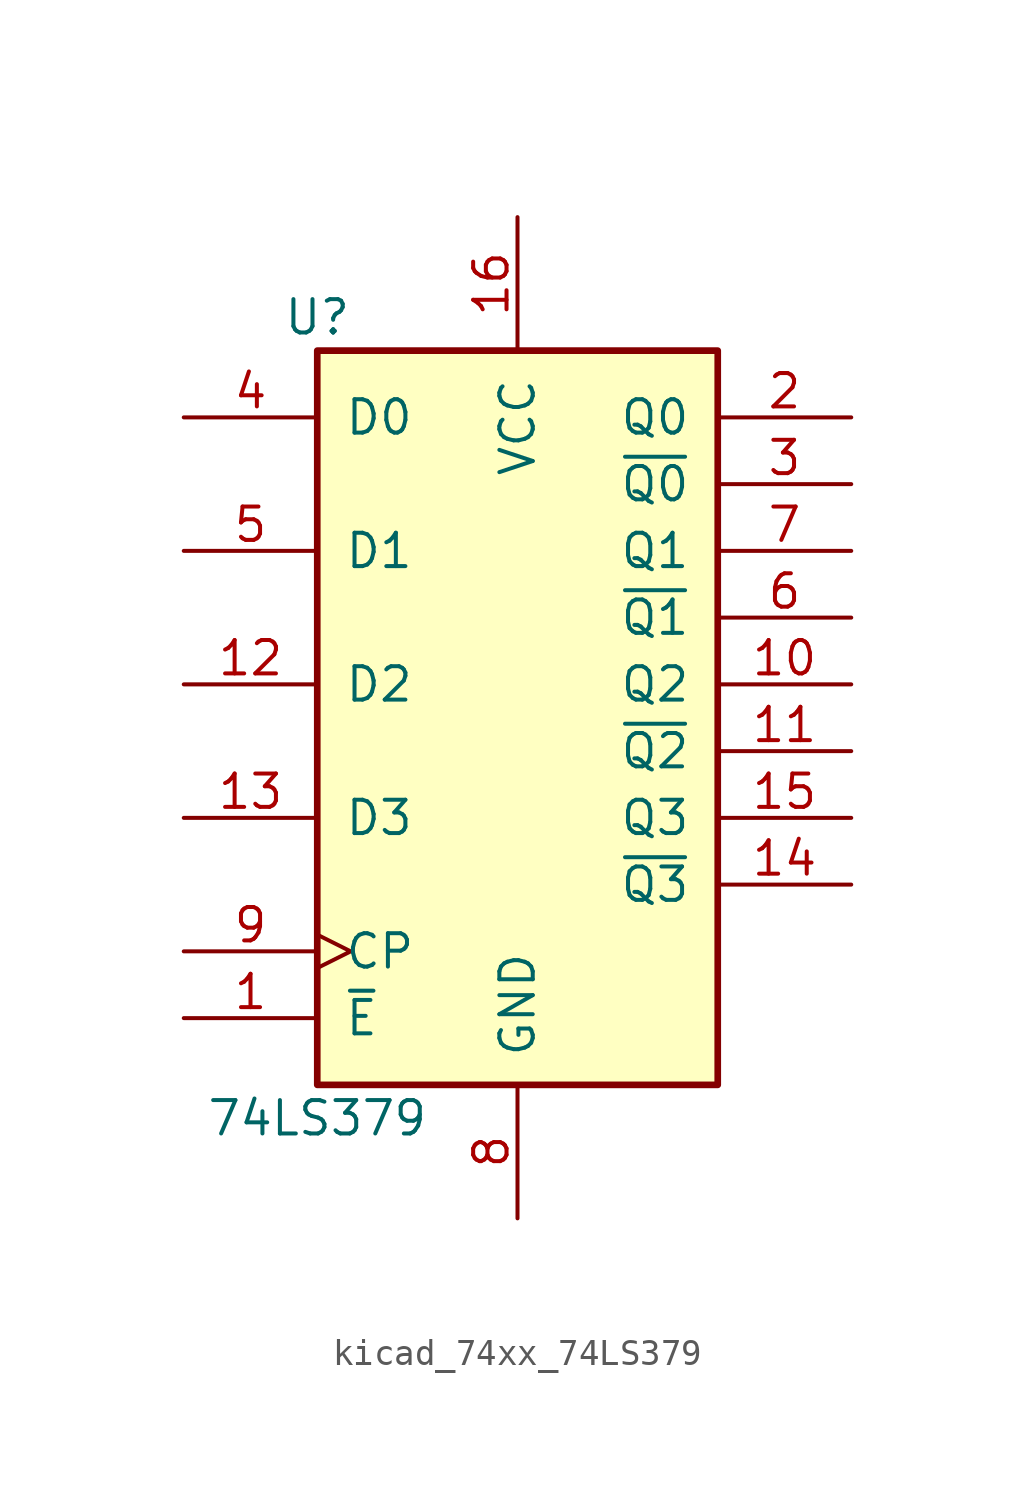
<source format=kicad_sym>
(kicad_symbol_lib
  (version 20220914)
  (generator kicad_symbol_editor)
  (symbol "kicad_74xx_74LS379"
    (pin_names
      (offset 1.016))
    (property "Reference" "U"
      (at -7.62 13.97 0)
      (effects (font (size 1.27 1.27))))
    (property "Value" "74LS379"
      (at -7.62 -16.51 0)
      (effects (font (size 1.27 1.27))))
    (property "ki_locked" ""
      (at 0 0 0)
      (effects (font (size 1.27 1.27))))
    (symbol "kicad_74xx_74LS379_1_0"
      (pin input line (at -12.7 -12.7 0) (length 5.08) (name "~{E}" (effects (font (size 1.27 1.27)))) (number "1" (effects (font (size 1.27 1.27)))))
      (pin output line (at 12.7 0 180) (length 5.08) (name "Q2" (effects (font (size 1.27 1.27)))) (number "10" (effects (font (size 1.27 1.27)))))
      (pin output line (at 12.7 -2.54 180) (length 5.08) (name "~{Q2}" (effects (font (size 1.27 1.27)))) (number "11" (effects (font (size 1.27 1.27)))))
      (pin input line (at -12.7 0 0) (length 5.08) (name "D2" (effects (font (size 1.27 1.27)))) (number "12" (effects (font (size 1.27 1.27)))))
      (pin input line (at -12.7 -5.08 0) (length 5.08) (name "D3" (effects (font (size 1.27 1.27)))) (number "13" (effects (font (size 1.27 1.27)))))
      (pin output line (at 12.7 -7.62 180) (length 5.08) (name "~{Q3}" (effects (font (size 1.27 1.27)))) (number "14" (effects (font (size 1.27 1.27)))))
      (pin output line (at 12.7 -5.08 180) (length 5.08) (name "Q3" (effects (font (size 1.27 1.27)))) (number "15" (effects (font (size 1.27 1.27)))))
      (pin power_in line (at 0 17.78 270) (length 5.08) (name "VCC" (effects (font (size 1.27 1.27)))) (number "16" (effects (font (size 1.27 1.27)))))
      (pin output line (at 12.7 10.16 180) (length 5.08) (name "Q0" (effects (font (size 1.27 1.27)))) (number "2" (effects (font (size 1.27 1.27)))))
      (pin output line (at 12.7 7.62 180) (length 5.08) (name "~{Q0}" (effects (font (size 1.27 1.27)))) (number "3" (effects (font (size 1.27 1.27)))))
      (pin input line (at -12.7 10.16 0) (length 5.08) (name "D0" (effects (font (size 1.27 1.27)))) (number "4" (effects (font (size 1.27 1.27)))))
      (pin input line (at -12.7 5.08 0) (length 5.08) (name "D1" (effects (font (size 1.27 1.27)))) (number "5" (effects (font (size 1.27 1.27)))))
      (pin output line (at 12.7 2.54 180) (length 5.08) (name "~{Q1}" (effects (font (size 1.27 1.27)))) (number "6" (effects (font (size 1.27 1.27)))))
      (pin output line (at 12.7 5.08 180) (length 5.08) (name "Q1" (effects (font (size 1.27 1.27)))) (number "7" (effects (font (size 1.27 1.27)))))
      (pin power_in line (at 0 -20.32 90) (length 5.08) (name "GND" (effects (font (size 1.27 1.27)))) (number "8" (effects (font (size 1.27 1.27)))))
      (pin input clock (at -12.7 -10.16 0) (length 5.08) (name "CP" (effects (font (size 1.27 1.27)))) (number "9" (effects (font (size 1.27 1.27))))))
    (symbol "kicad_74xx_74LS379_1_1"
      (rectangle (start -7.62 12.7) (end 7.62 -15.24) (stroke (width 0.254) (type default)) (fill (type background))))))
</source>
